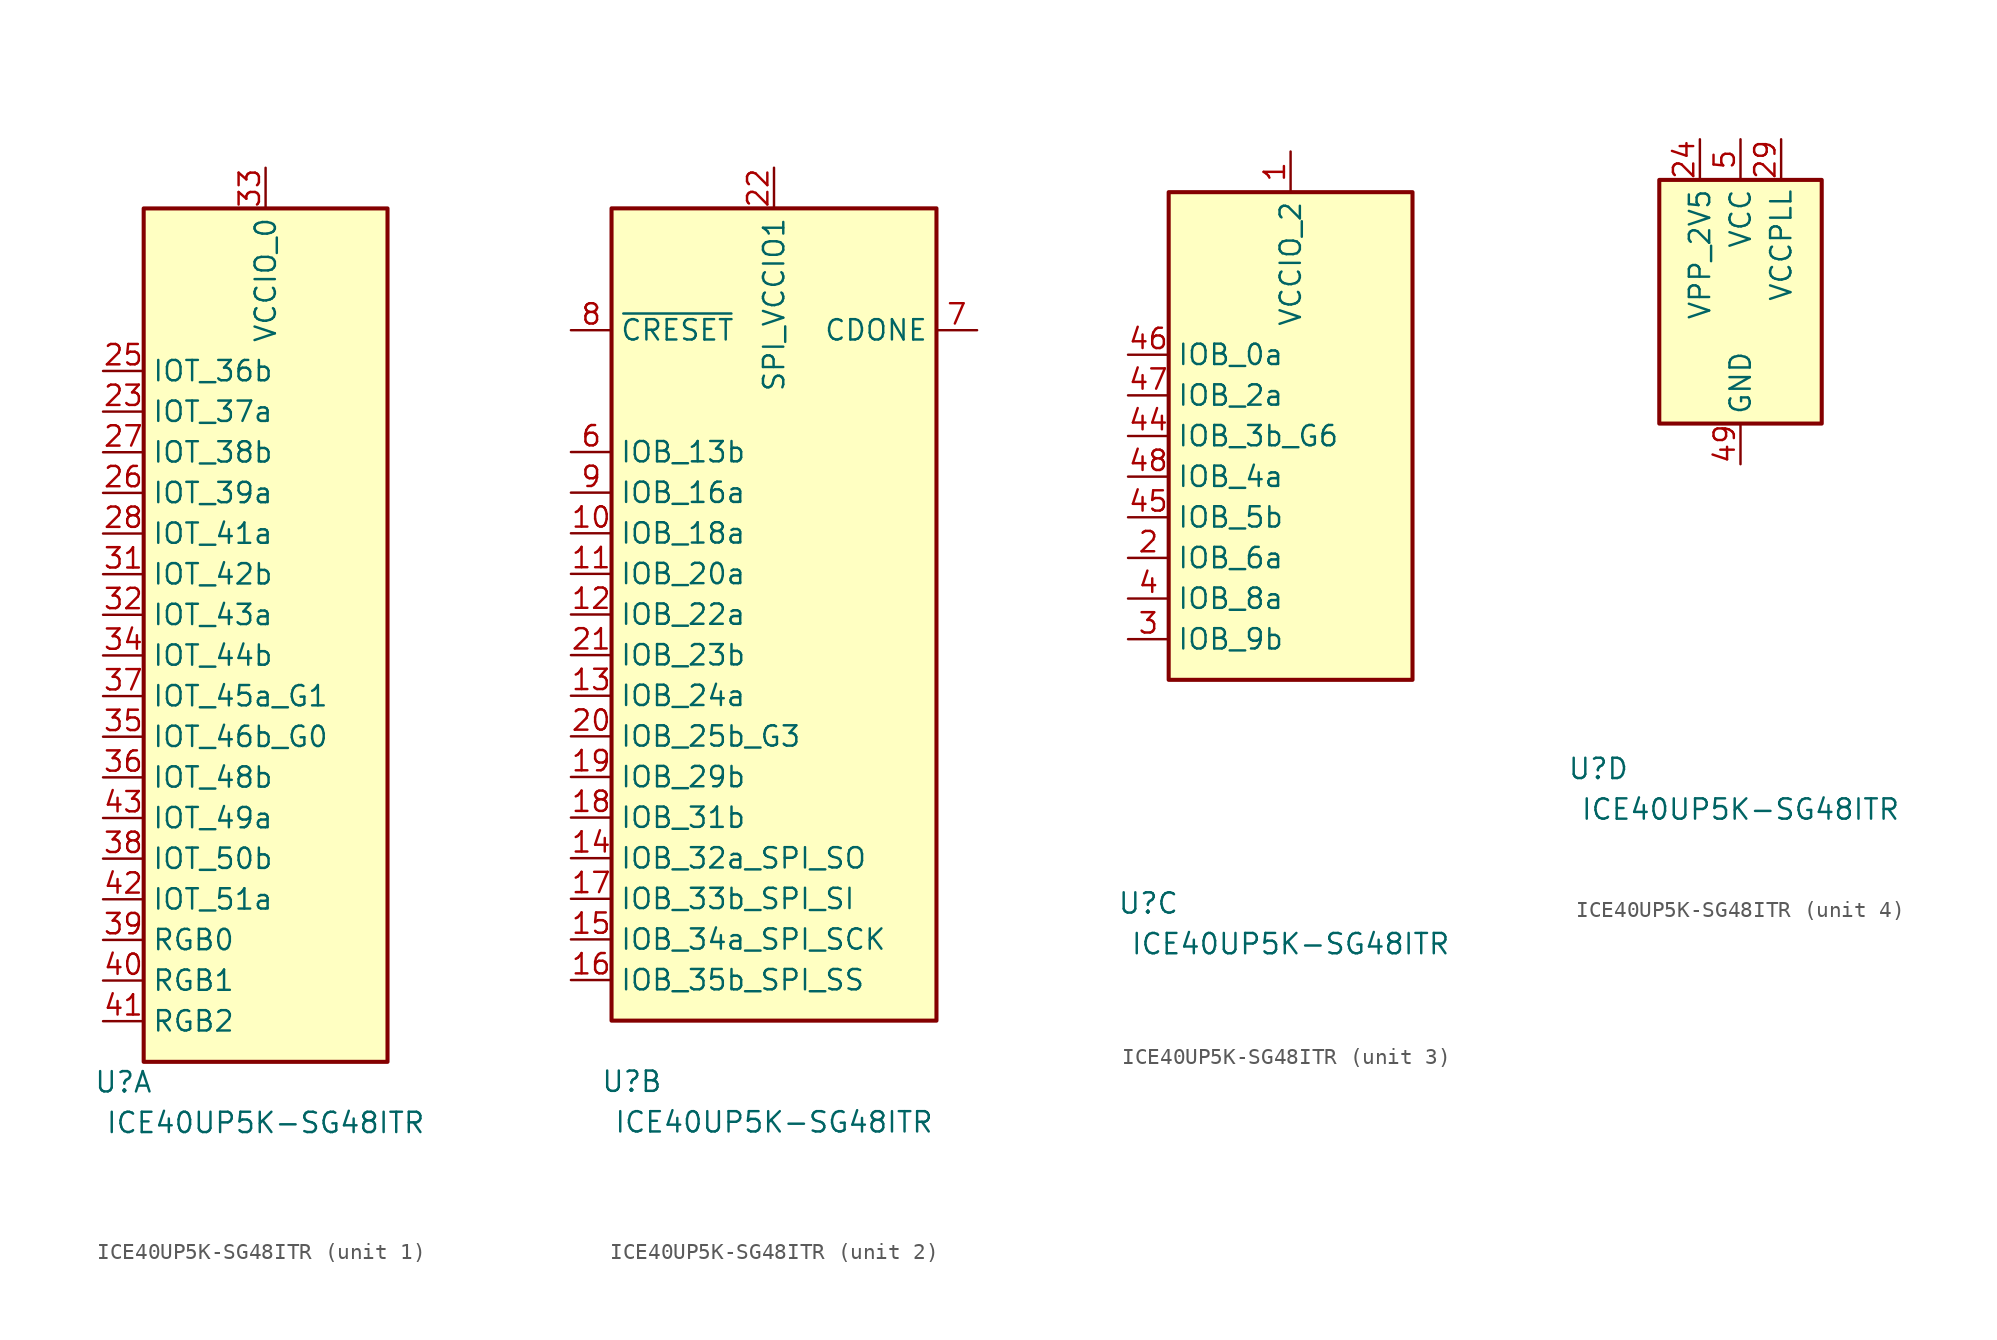
<source format=kicad_sym>
(kicad_symbol_lib
  (version 20241209)
  (generator "kicad_symbol_editor")
  (generator_version "9.0")
  (symbol "ICE40UP5K-SG48ITR"
    (property "Reference" "U"
      (at -8.89 -29.21 0)
      (effects (font (size 1.27 1.27))))
    (property "Value" "ICE40UP5K-SG48ITR"
      (at 0 -31.75 0)
      (effects (font (size 1.27 1.27))))
    (property "ki_locked" ""
      (at 0 0 0)
      (effects (font (size 1.27 1.27))))
    (symbol "ICE40UP5K-SG48ITR_1_1"
      (rectangle (start -7.62 25.4) (end 7.62 -27.94) (stroke (width 0.254) (type default)) (fill (type background)))
      (pin bidirectional line (at -10.16 15.24 0) (length 2.54) (name "IOT_36b" (effects (font (size 1.27 1.27)))) (number "25" (effects (font (size 1.27 1.27)))))
      (pin bidirectional line (at -10.16 12.7 0) (length 2.54) (name "IOT_37a" (effects (font (size 1.27 1.27)))) (number "23" (effects (font (size 1.27 1.27)))))
      (pin bidirectional line (at -10.16 10.16 0) (length 2.54) (name "IOT_38b" (effects (font (size 1.27 1.27)))) (number "27" (effects (font (size 1.27 1.27)))))
      (pin bidirectional line (at -10.16 7.62 0) (length 2.54) (name "IOT_39a" (effects (font (size 1.27 1.27)))) (number "26" (effects (font (size 1.27 1.27)))))
      (pin bidirectional line (at -10.16 5.08 0) (length 2.54) (name "IOT_41a" (effects (font (size 1.27 1.27)))) (number "28" (effects (font (size 1.27 1.27)))))
      (pin bidirectional line (at -10.16 2.54 0) (length 2.54) (name "IOT_42b" (effects (font (size 1.27 1.27)))) (number "31" (effects (font (size 1.27 1.27)))))
      (pin bidirectional line (at -10.16 0 0) (length 2.54) (name "IOT_43a" (effects (font (size 1.27 1.27)))) (number "32" (effects (font (size 1.27 1.27)))))
      (pin bidirectional line (at -10.16 -2.54 0) (length 2.54) (name "IOT_44b" (effects (font (size 1.27 1.27)))) (number "34" (effects (font (size 1.27 1.27)))))
      (pin bidirectional line (at -10.16 -5.08 0) (length 2.54) (name "IOT_45a_G1" (effects (font (size 1.27 1.27)))) (number "37" (effects (font (size 1.27 1.27)))))
      (pin bidirectional line (at -10.16 -7.62 0) (length 2.54) (name "IOT_46b_G0" (effects (font (size 1.27 1.27)))) (number "35" (effects (font (size 1.27 1.27)))))
      (pin bidirectional line (at -10.16 -10.16 0) (length 2.54) (name "IOT_48b" (effects (font (size 1.27 1.27)))) (number "36" (effects (font (size 1.27 1.27)))))
      (pin bidirectional line (at -10.16 -12.7 0) (length 2.54) (name "IOT_49a" (effects (font (size 1.27 1.27)))) (number "43" (effects (font (size 1.27 1.27)))))
      (pin bidirectional line (at -10.16 -15.24 0) (length 2.54) (name "IOT_50b" (effects (font (size 1.27 1.27)))) (number "38" (effects (font (size 1.27 1.27)))))
      (pin bidirectional line (at -10.16 -17.78 0) (length 2.54) (name "IOT_51a" (effects (font (size 1.27 1.27)))) (number "42" (effects (font (size 1.27 1.27)))))
      (pin open_collector line (at -10.16 -20.32 0) (length 2.54) (name "RGB0" (effects (font (size 1.27 1.27)))) (number "39" (effects (font (size 1.27 1.27)))))
      (pin open_collector line (at -10.16 -22.86 0) (length 2.54) (name "RGB1" (effects (font (size 1.27 1.27)))) (number "40" (effects (font (size 1.27 1.27)))))
      (pin open_collector line (at -10.16 -25.4 0) (length 2.54) (name "RGB2" (effects (font (size 1.27 1.27)))) (number "41" (effects (font (size 1.27 1.27)))))
      (pin power_in line (at 0 27.94 270) (length 2.54) (name "VCCIO_0" (effects (font (size 1.27 1.27)))) (number "33" (effects (font (size 1.27 1.27))))))
    (symbol "ICE40UP5K-SG48ITR_2_1"
      (rectangle (start -10.16 25.4) (end 10.16 -25.4) (stroke (width 0.254) (type default)) (fill (type background)))
      (pin input line (at -12.7 17.78 0) (length 2.54) (name "~{CRESET}" (effects (font (size 1.27 1.27)))) (number "8" (effects (font (size 1.27 1.27)))))
      (pin bidirectional line (at -12.7 10.16 0) (length 2.54) (name "IOB_13b" (effects (font (size 1.27 1.27)))) (number "6" (effects (font (size 1.27 1.27)))))
      (pin bidirectional line (at -12.7 7.62 0) (length 2.54) (name "IOB_16a" (effects (font (size 1.27 1.27)))) (number "9" (effects (font (size 1.27 1.27)))))
      (pin bidirectional line (at -12.7 5.08 0) (length 2.54) (name "IOB_18a" (effects (font (size 1.27 1.27)))) (number "10" (effects (font (size 1.27 1.27)))))
      (pin bidirectional line (at -12.7 2.54 0) (length 2.54) (name "IOB_20a" (effects (font (size 1.27 1.27)))) (number "11" (effects (font (size 1.27 1.27)))))
      (pin bidirectional line (at -12.7 0 0) (length 2.54) (name "IOB_22a" (effects (font (size 1.27 1.27)))) (number "12" (effects (font (size 1.27 1.27)))))
      (pin bidirectional line (at -12.7 -2.54 0) (length 2.54) (name "IOB_23b" (effects (font (size 1.27 1.27)))) (number "21" (effects (font (size 1.27 1.27)))))
      (pin bidirectional line (at -12.7 -5.08 0) (length 2.54) (name "IOB_24a" (effects (font (size 1.27 1.27)))) (number "13" (effects (font (size 1.27 1.27)))))
      (pin bidirectional line (at -12.7 -7.62 0) (length 2.54) (name "IOB_25b_G3" (effects (font (size 1.27 1.27)))) (number "20" (effects (font (size 1.27 1.27)))))
      (pin bidirectional line (at -12.7 -10.16 0) (length 2.54) (name "IOB_29b" (effects (font (size 1.27 1.27)))) (number "19" (effects (font (size 1.27 1.27)))))
      (pin bidirectional line (at -12.7 -12.7 0) (length 2.54) (name "IOB_31b" (effects (font (size 1.27 1.27)))) (number "18" (effects (font (size 1.27 1.27)))))
      (pin bidirectional line (at -12.7 -15.24 0) (length 2.54) (name "IOB_32a_SPI_SO" (effects (font (size 1.27 1.27)))) (number "14" (effects (font (size 1.27 1.27)))))
      (pin bidirectional line (at -12.7 -17.78 0) (length 2.54) (name "IOB_33b_SPI_SI" (effects (font (size 1.27 1.27)))) (number "17" (effects (font (size 1.27 1.27)))))
      (pin bidirectional line (at -12.7 -20.32 0) (length 2.54) (name "IOB_34a_SPI_SCK" (effects (font (size 1.27 1.27)))) (number "15" (effects (font (size 1.27 1.27)))))
      (pin bidirectional line (at -12.7 -22.86 0) (length 2.54) (name "IOB_35b_SPI_SS" (effects (font (size 1.27 1.27)))) (number "16" (effects (font (size 1.27 1.27)))))
      (pin power_in line (at 0 27.94 270) (length 2.54) (name "SPI_VCCIO1" (effects (font (size 1.27 1.27)))) (number "22" (effects (font (size 1.27 1.27)))))
      (pin open_collector line (at 12.7 17.78 180) (length 2.54) (name "CDONE" (effects (font (size 1.27 1.27)))) (number "7" (effects (font (size 1.27 1.27))))))
    (symbol "ICE40UP5K-SG48ITR_3_1"
      (rectangle (start -7.62 15.24) (end 7.62 -15.24) (stroke (width 0.254) (type default)) (fill (type background)))
      (pin bidirectional line (at -10.16 5.08 0) (length 2.54) (name "IOB_0a" (effects (font (size 1.27 1.27)))) (number "46" (effects (font (size 1.27 1.27)))))
      (pin bidirectional line (at -10.16 2.54 0) (length 2.54) (name "IOB_2a" (effects (font (size 1.27 1.27)))) (number "47" (effects (font (size 1.27 1.27)))))
      (pin bidirectional line (at -10.16 0 0) (length 2.54) (name "IOB_3b_G6" (effects (font (size 1.27 1.27)))) (number "44" (effects (font (size 1.27 1.27)))))
      (pin bidirectional line (at -10.16 -2.54 0) (length 2.54) (name "IOB_4a" (effects (font (size 1.27 1.27)))) (number "48" (effects (font (size 1.27 1.27)))))
      (pin bidirectional line (at -10.16 -5.08 0) (length 2.54) (name "IOB_5b" (effects (font (size 1.27 1.27)))) (number "45" (effects (font (size 1.27 1.27)))))
      (pin bidirectional line (at -10.16 -7.62 0) (length 2.54) (name "IOB_6a" (effects (font (size 1.27 1.27)))) (number "2" (effects (font (size 1.27 1.27)))))
      (pin bidirectional line (at -10.16 -10.16 0) (length 2.54) (name "IOB_8a" (effects (font (size 1.27 1.27)))) (number "4" (effects (font (size 1.27 1.27)))))
      (pin bidirectional line (at -10.16 -12.7 0) (length 2.54) (name "IOB_9b" (effects (font (size 1.27 1.27)))) (number "3" (effects (font (size 1.27 1.27)))))
      (pin power_in line (at 0 17.78 270) (length 2.54) (name "VCCIO_2" (effects (font (size 1.27 1.27)))) (number "1" (effects (font (size 1.27 1.27))))))
    (symbol "ICE40UP5K-SG48ITR_4_1"
      (rectangle (start -5.08 7.62) (end 5.08 -7.62) (stroke (width 0.254) (type default)) (fill (type background)))
      (pin power_in line (at -2.54 10.16 270) (length 2.54) (name "VPP_2V5" (effects (font (size 1.27 1.27)))) (number "24" (effects (font (size 1.27 1.27)))))
      (pin passive line (at 0 10.16 270) (length 2.54) (hide yes) (name "VCC" (effects (font (size 1.27 1.27)))) (number "30" (effects (font (size 1.27 1.27)))))
      (pin power_in line (at 0 10.16 270) (length 2.54) (name "VCC" (effects (font (size 1.27 1.27)))) (number "5" (effects (font (size 1.27 1.27)))))
      (pin power_in line (at 0 -10.16 90) (length 2.54) (name "GND" (effects (font (size 1.27 1.27)))) (number "49" (effects (font (size 1.27 1.27)))))
      (pin power_out line (at 2.54 10.16 270) (length 2.54) (name "VCCPLL" (effects (font (size 1.27 1.27)))) (number "29" (effects (font (size 1.27 1.27))))))))
</source>
